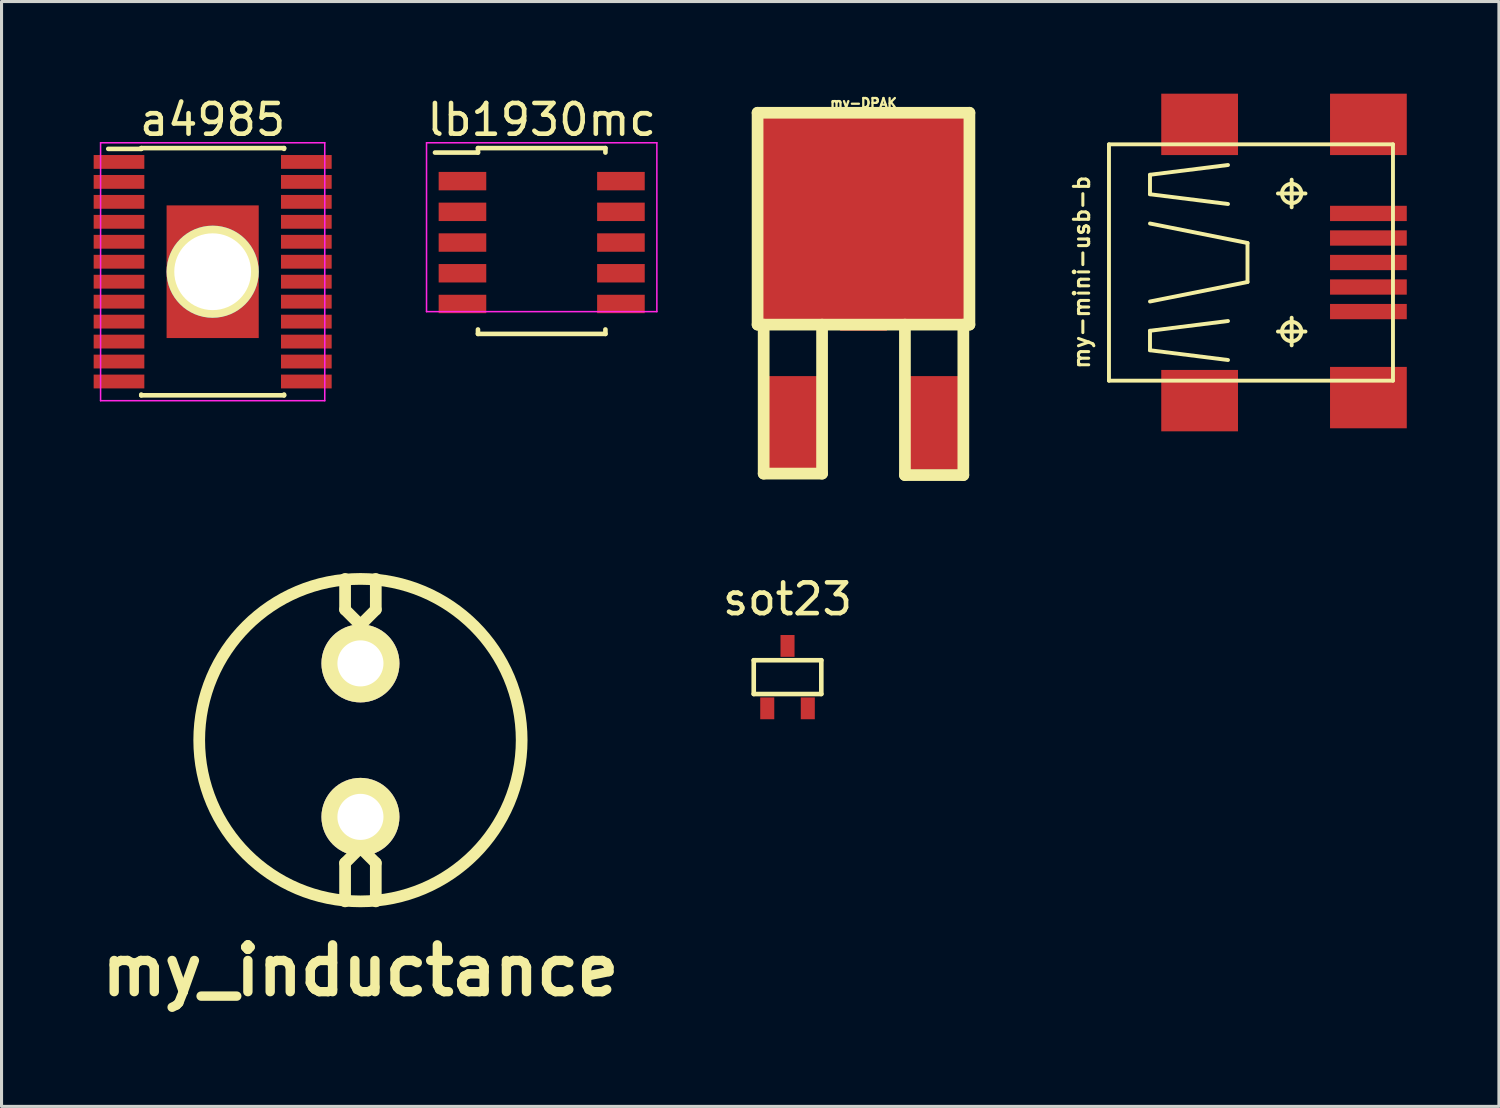
<source format=kicad_pcb>
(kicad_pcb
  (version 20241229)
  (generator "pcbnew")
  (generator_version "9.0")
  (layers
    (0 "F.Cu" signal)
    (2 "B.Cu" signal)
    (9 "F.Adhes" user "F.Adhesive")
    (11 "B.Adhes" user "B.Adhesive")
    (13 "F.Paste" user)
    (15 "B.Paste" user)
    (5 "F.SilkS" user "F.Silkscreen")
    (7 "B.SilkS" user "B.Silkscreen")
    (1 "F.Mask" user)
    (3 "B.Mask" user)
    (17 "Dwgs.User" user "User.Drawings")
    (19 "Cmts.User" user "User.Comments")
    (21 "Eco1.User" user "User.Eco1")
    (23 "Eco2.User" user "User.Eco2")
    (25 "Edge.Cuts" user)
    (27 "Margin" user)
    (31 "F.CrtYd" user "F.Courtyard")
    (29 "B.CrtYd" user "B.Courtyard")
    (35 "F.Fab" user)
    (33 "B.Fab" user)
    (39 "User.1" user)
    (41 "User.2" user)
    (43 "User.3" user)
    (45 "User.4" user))
  (footprint "sot23"
    (layer "F.Cu")
    (at 22.594 18.999)
    (property "Reference" "sot23" (at 0 -2.54 0) (layer "F.SilkS") (effects (font (size 1 1) (thickness 0.15))))
    (attr smd)
    (fp_line (start -1.1 -0.55) (end -1.1 0.55) (stroke (width 0.15) (type solid)) (layer "F.SilkS"))
    (fp_line (start -1.1 0.55) (end 1.1 0.55) (stroke (width 0.15) (type solid)) (layer "F.SilkS"))
    (fp_line (start -1.05 -0.55) (end -1.1 -0.55) (stroke (width 0.15) (type solid)) (layer "F.SilkS"))
    (fp_line (start 1.1 -0.55) (end -1.05 -0.55) (stroke (width 0.15) (type solid)) (layer "F.SilkS"))
    (fp_line (start 1.1 0.55) (end 1.1 -0.55) (stroke (width 0.15) (type solid)) (layer "F.SilkS"))
    (pad "1" smd rect (at -0.66 1.016) (size 0.457 0.711) (layers "F.Cu" "F.Mask" "F.Paste"))
    (pad "2" smd rect (at 0 -1.016) (size 0.457 0.711) (layers "F.Cu" "F.Mask" "F.Paste"))
    (pad "3" smd rect (at 0.66 1.016) (size 0.457 0.711) (layers "F.Cu" "F.Mask" "F.Paste")))
  (footprint "my_inductance"
    (layer "F.Cu")
    (at 8.687 21.051)
    (property "Reference" "my_inductance" (at 0 7.501 0) (layer "F.SilkS") (effects (font (size 1.524 1.524) (thickness 0.305))))
    (attr through_hole)
    (fp_line (start -0.5 -5.25) (end -0.5 -4.249) (stroke (width 0.381) (type solid)) (layer "F.SilkS"))
    (fp_line (start -0.5 -4.249) (end 0 -3.749) (stroke (width 0.381) (type solid)) (layer "F.SilkS"))
    (fp_line (start -0.5 4) (end -0.5 5.25) (stroke (width 0.381) (type solid)) (layer "F.SilkS"))
    (fp_line (start -0.5 4) (end 0 3.5) (stroke (width 0.381) (type solid)) (layer "F.SilkS"))
    (fp_line (start 0 -3.749) (end 0.5 -4.249) (stroke (width 0.381) (type solid)) (layer "F.SilkS"))
    (fp_line (start 0 3.5) (end 0.5 4) (stroke (width 0.381) (type solid)) (layer "F.SilkS"))
    (fp_line (start 0.5 -4.249) (end 0.5 -5.25) (stroke (width 0.381) (type solid)) (layer "F.SilkS"))
    (fp_line (start 0.5 4) (end 0.5 5.25) (stroke (width 0.381) (type solid)) (layer "F.SilkS"))
    (fp_circle (center 0 0) (end 5.25 0) (stroke (width 0.381) (type solid)) (fill no) (layer "F.SilkS"))
    (pad "1" thru_hole circle (at 0 -2.499) (size 2.54 2.54) (drill 1.5) (layers "*.Cu" "*.Mask" "F.SilkS"))
    (pad "2" thru_hole circle (at 0 2.499) (size 2.54 2.54) (drill 1.5) (layers "*.Cu" "*.Mask" "F.SilkS")))
  (footprint "a4985"
    (layer "F.Cu")
    (at 3.875 5.798)
    (property "Reference" "a4985" (at 0 -4.95 0) (layer "F.SilkS") (effects (font (size 1 1) (thickness 0.15))))
    (attr smd)
    (fp_line (start -2.325 -4.025) (end -2.325 -4) (stroke (width 0.15) (type solid)) (layer "F.SilkS"))
    (fp_line (start -2.325 -4.025) (end 2.325 -4.025) (stroke (width 0.15) (type solid)) (layer "F.SilkS"))
    (fp_line (start -2.325 -4) (end -3.4 -4) (stroke (width 0.15) (type solid)) (layer "F.SilkS"))
    (fp_line (start -2.325 4.025) (end -2.325 4) (stroke (width 0.15) (type solid)) (layer "F.SilkS"))
    (fp_line (start -2.325 4.025) (end 2.325 4.025) (stroke (width 0.15) (type solid)) (layer "F.SilkS"))
    (fp_line (start 2.325 -4.025) (end 2.325 -4) (stroke (width 0.15) (type solid)) (layer "F.SilkS"))
    (fp_line (start 2.325 4.025) (end 2.325 4) (stroke (width 0.15) (type solid)) (layer "F.SilkS"))
    (fp_line (start -3.65 -4.2) (end -3.65 4.2) (stroke (width 0.05) (type solid)) (layer "F.CrtYd"))
    (fp_line (start -3.65 -4.2) (end 3.65 -4.2) (stroke (width 0.05) (type solid)) (layer "F.CrtYd"))
    (fp_line (start -3.65 4.2) (end 3.65 4.2) (stroke (width 0.05) (type solid)) (layer "F.CrtYd"))
    (fp_line (start 3.65 -4.2) (end 3.65 4.2) (stroke (width 0.05) (type solid)) (layer "F.CrtYd"))
    (pad "1" smd rect (at -3.05 -3.575) (size 1.65 0.45) (layers "F.Cu" "F.Mask" "F.Paste"))
    (pad "2" smd rect (at -3.05 -2.925) (size 1.65 0.45) (layers "F.Cu" "F.Mask" "F.Paste"))
    (pad "3" smd rect (at -3.05 -2.275) (size 1.65 0.45) (layers "F.Cu" "F.Mask" "F.Paste"))
    (pad "4" smd rect (at -3.05 -1.625) (size 1.65 0.45) (layers "F.Cu" "F.Mask" "F.Paste"))
    (pad "5" smd rect (at -3.05 -0.975) (size 1.65 0.45) (layers "F.Cu" "F.Mask" "F.Paste"))
    (pad "6" smd rect (at -3.05 -0.325) (size 1.65 0.45) (layers "F.Cu" "F.Mask" "F.Paste"))
    (pad "7" smd rect (at -3.05 0.325) (size 1.65 0.45) (layers "F.Cu" "F.Mask" "F.Paste"))
    (pad "8" smd rect (at -3.05 0.975) (size 1.65 0.45) (layers "F.Cu" "F.Mask" "F.Paste"))
    (pad "9" smd rect (at -3.05 1.625) (size 1.65 0.45) (layers "F.Cu" "F.Mask" "F.Paste"))
    (pad "10" smd rect (at -3.05 2.275) (size 1.65 0.45) (layers "F.Cu" "F.Mask" "F.Paste"))
    (pad "11" smd rect (at -3.05 2.925) (size 1.65 0.45) (layers "F.Cu" "F.Mask" "F.Paste"))
    (pad "12" smd rect (at -3.05 3.575) (size 1.65 0.45) (layers "F.Cu" "F.Mask" "F.Paste"))
    (pad "13" smd rect (at 3.05 3.575) (size 1.65 0.45) (layers "F.Cu" "F.Mask" "F.Paste"))
    (pad "14" smd rect (at 3.05 2.925) (size 1.65 0.45) (layers "F.Cu" "F.Mask" "F.Paste"))
    (pad "15" smd rect (at 3.05 2.275) (size 1.65 0.45) (layers "F.Cu" "F.Mask" "F.Paste"))
    (pad "16" smd rect (at 3.05 1.625) (size 1.65 0.45) (layers "F.Cu" "F.Mask" "F.Paste"))
    (pad "17" smd rect (at 3.05 0.975) (size 1.65 0.45) (layers "F.Cu" "F.Mask" "F.Paste"))
    (pad "18" smd rect (at 3.05 0.325) (size 1.65 0.45) (layers "F.Cu" "F.Mask" "F.Paste"))
    (pad "19" smd rect (at 3.05 -0.325) (size 1.65 0.45) (layers "F.Cu" "F.Mask" "F.Paste"))
    (pad "20" smd rect (at 3.05 -0.975) (size 1.65 0.45) (layers "F.Cu" "F.Mask" "F.Paste"))
    (pad "21" smd rect (at 3.05 -1.625) (size 1.65 0.45) (layers "F.Cu" "F.Mask" "F.Paste"))
    (pad "22" smd rect (at 3.05 -2.275) (size 1.65 0.45) (layers "F.Cu" "F.Mask" "F.Paste"))
    (pad "23" smd rect (at 3.05 -2.925) (size 1.65 0.45) (layers "F.Cu" "F.Mask" "F.Paste"))
    (pad "24" smd rect (at 3.05 -3.575) (size 1.65 0.45) (layers "F.Cu" "F.Mask" "F.Paste"))
    (pad "pad" thru_hole circle (at 0 0) (size 3 3) (drill 2.5) (layers "*.Cu" "*.Mask" "F.SilkS"))
    (pad "pad" smd rect (at 0 0) (size 3 4.32) (layers "F.Cu" "F.Mask" "F.Paste")))
  (footprint "my-DPAK"
    (layer "F.Cu")
    (at 25.068 10.721)
    (property "Reference" "my-DPAK" (at 0 -10.414 0) (layer "F.SilkS") (effects (font (size 0.3 0.3) (thickness 0.075))))
    (attr smd)
    (fp_line (start -3.449 -10.099) (end 3.449 -10.099) (stroke (width 0.381) (type solid)) (layer "F.SilkS"))
    (fp_line (start -3.449 -3.2) (end -3.449 -10.099) (stroke (width 0.381) (type solid)) (layer "F.SilkS"))
    (fp_line (start -3.251 1.651) (end -3.251 -3.2) (stroke (width 0.381) (type solid)) (layer "F.SilkS"))
    (fp_line (start -3.251 1.651) (end -1.349 1.651) (stroke (width 0.381) (type solid)) (layer "F.SilkS"))
    (fp_line (start -1.349 1.651) (end -1.349 -3.2) (stroke (width 0.381) (type solid)) (layer "F.SilkS"))
    (fp_line (start 1.349 1.699) (end 1.349 -3.2) (stroke (width 0.381) (type solid)) (layer "F.SilkS"))
    (fp_line (start 1.349 1.699) (end 3.251 1.699) (stroke (width 0.381) (type solid)) (layer "F.SilkS"))
    (fp_line (start 3.251 1.699) (end 3.251 -3.2) (stroke (width 0.381) (type solid)) (layer "F.SilkS"))
    (fp_line (start 3.449 -10.099) (end 3.449 -3.2) (stroke (width 0.381) (type solid)) (layer "F.SilkS"))
    (fp_line (start 3.449 -3.2) (end -3.449 -3.2) (stroke (width 0.381) (type solid)) (layer "F.SilkS"))
    (pad "1" smd rect (at -2.301 0) (size 1.651 3.048) (layers "F.Cu" "F.Mask" "F.Paste"))
    (pad "2" smd rect (at 0 -4.5) (size 1.524 3) (layers "F.Cu" "F.Mask" "F.Paste"))
    (pad "3" smd rect (at 2.301 0) (size 1.651 3.048) (layers "F.Cu" "F.Mask" "F.Paste"))
    (pad "4" smd rect (at 0 -6.65) (size 6.701 6.701) (layers "F.Cu" "F.Mask" "F.Paste")))
  (footprint "lb1930mc"
    (layer "F.Cu")
    (at 14.589 4.348)
    (property "Reference" "lb1930mc" (at 0 -3.5 0) (layer "F.SilkS") (effects (font (size 1 1) (thickness 0.15))))
    (attr smd)
    (fp_line (start -2.075 -2.575) (end -2.075 -2.43) (stroke (width 0.15) (type solid)) (layer "F.SilkS"))
    (fp_line (start -2.075 -2.575) (end 2.075 -2.575) (stroke (width 0.15) (type solid)) (layer "F.SilkS"))
    (fp_line (start -2.075 -2.43) (end -3.475 -2.43) (stroke (width 0.15) (type solid)) (layer "F.SilkS"))
    (fp_line (start -2.075 3.475) (end -2.075 3.33) (stroke (width 0.15) (type solid)) (layer "F.SilkS"))
    (fp_line (start -2.075 3.475) (end 2.075 3.475) (stroke (width 0.15) (type solid)) (layer "F.SilkS"))
    (fp_line (start 2.075 -2.575) (end 2.075 -2.43) (stroke (width 0.15) (type solid)) (layer "F.SilkS"))
    (fp_line (start 2.075 3.475) (end 2.075 3.33) (stroke (width 0.15) (type solid)) (layer "F.SilkS"))
    (fp_line (start -3.75 -2.75) (end -3.75 2.75) (stroke (width 0.05) (type solid)) (layer "F.CrtYd"))
    (fp_line (start -3.75 -2.75) (end 3.75 -2.75) (stroke (width 0.05) (type solid)) (layer "F.CrtYd"))
    (fp_line (start -3.75 2.75) (end 3.75 2.75) (stroke (width 0.05) (type solid)) (layer "F.CrtYd"))
    (fp_line (start 3.75 -2.75) (end 3.75 2.75) (stroke (width 0.05) (type solid)) (layer "F.CrtYd"))
    (pad "1" smd rect (at -2.58 -1.5) (size 1.55 0.6) (layers "F.Cu" "F.Mask" "F.Paste"))
    (pad "2" smd rect (at -2.58 -0.5) (size 1.55 0.6) (layers "F.Cu" "F.Mask" "F.Paste"))
    (pad "3" smd rect (at -2.58 0.5) (size 1.55 0.6) (layers "F.Cu" "F.Mask" "F.Paste"))
    (pad "4" smd rect (at -2.58 1.5) (size 1.55 0.6) (layers "F.Cu" "F.Mask" "F.Paste"))
    (pad "5" smd rect (at -2.58 2.5) (size 1.55 0.6) (layers "F.Cu" "F.Mask" "F.Paste"))
    (pad "6" smd rect (at 2.58 2.5) (size 1.55 0.6) (layers "F.Cu" "F.Mask" "F.Paste"))
    (pad "7" smd rect (at 2.58 1.5) (size 1.55 0.6) (layers "F.Cu" "F.Mask" "F.Paste"))
    (pad "8" smd rect (at 2.58 0.5) (size 1.55 0.6) (layers "F.Cu" "F.Mask" "F.Paste"))
    (pad "9" smd rect (at 2.58 -0.5) (size 1.55 0.6) (layers "F.Cu" "F.Mask" "F.Paste"))
    (pad "10" smd rect (at 2.58 -1.5) (size 1.55 0.6) (layers "F.Cu" "F.Mask" "F.Paste")))
  (footprint "my-mini-usb-b"
    (layer "F.Cu")
    (at 38.761 5.498)
    (property "Reference" "my-mini-usb-b" (at -6.586 0.318 90) (layer "F.SilkS") (effects (font (size 0.5 0.5) (thickness 0.099))))
    (attr smd)
    (fp_line (start -5.7 -3.848) (end -5.7 3.848) (stroke (width 0.127) (type solid)) (layer "F.SilkS"))
    (fp_line (start -5.7 -3.848) (end 3.548 -3.848) (stroke (width 0.127) (type solid)) (layer "F.SilkS"))
    (fp_line (start -4.364 -2.857) (end -4.364 -2.223) (stroke (width 0.127) (type solid)) (layer "F.SilkS"))
    (fp_line (start -4.364 -2.223) (end -1.824 -1.905) (stroke (width 0.127) (type solid)) (layer "F.SilkS"))
    (fp_line (start -4.364 -1.27) (end -1.189 -0.635) (stroke (width 0.127) (type solid)) (layer "F.SilkS"))
    (fp_line (start -4.364 2.223) (end -1.824 1.905) (stroke (width 0.127) (type solid)) (layer "F.SilkS"))
    (fp_line (start -4.364 2.857) (end -4.364 2.223) (stroke (width 0.127) (type solid)) (layer "F.SilkS"))
    (fp_line (start -1.824 -3.175) (end -4.364 -2.857) (stroke (width 0.127) (type solid)) (layer "F.SilkS"))
    (fp_line (start -1.824 3.175) (end -4.364 2.857) (stroke (width 0.127) (type solid)) (layer "F.SilkS"))
    (fp_line (start -1.189 -0.635) (end -1.189 0.635) (stroke (width 0.127) (type solid)) (layer "F.SilkS"))
    (fp_line (start -1.189 0.635) (end -4.364 1.27) (stroke (width 0.127) (type solid)) (layer "F.SilkS"))
    (fp_line (start -0.198 -2.248) (end 0.699 -2.248) (stroke (width 0.127) (type solid)) (layer "F.SilkS"))
    (fp_line (start -0.198 2.248) (end 0.699 2.248) (stroke (width 0.127) (type solid)) (layer "F.SilkS"))
    (fp_line (start 0.249 -1.798) (end 0.249 -2.697) (stroke (width 0.127) (type solid)) (layer "F.SilkS"))
    (fp_line (start 0.249 2.697) (end 0.249 1.798) (stroke (width 0.127) (type solid)) (layer "F.SilkS"))
    (fp_line (start 3.548 -3.848) (end 3.548 3.848) (stroke (width 0.127) (type solid)) (layer "F.SilkS"))
    (fp_line (start 3.548 3.848) (end -5.7 3.848) (stroke (width 0.127) (type solid)) (layer "F.SilkS"))
    (fp_circle (center 0.249 -2.248) (end 0.472 -2.471) (stroke (width 0.127) (type solid)) (fill no) (layer "F.SilkS"))
    (fp_circle (center 0.249 2.248) (end 0.472 2.471) (stroke (width 0.127) (type solid)) (fill no) (layer "F.SilkS"))
    (pad "0" smd rect (at -2.748 -4.498) (size 2.499 1.999) (layers "F.Cu" "F.Mask" "F.Paste"))
    (pad "0" smd rect (at -2.748 4.498) (size 2.499 1.999) (layers "F.Cu" "F.Mask" "F.Paste"))
    (pad "0" smd rect (at 2.748 -4.498) (size 2.499 1.999) (layers "F.Cu" "F.Mask" "F.Paste"))
    (pad "0" smd rect (at 2.748 4.399) (size 2.499 1.999) (layers "F.Cu" "F.Mask" "F.Paste"))
    (pad "1" smd rect (at 2.748 -1.598) (size 2.499 0.498) (layers "F.Cu" "F.Mask" "F.Paste"))
    (pad "2" smd rect (at 2.748 -0.798) (size 2.499 0.498) (layers "F.Cu" "F.Mask" "F.Paste"))
    (pad "3" smd rect (at 2.748 0) (size 2.499 0.498) (layers "F.Cu" "F.Mask" "F.Paste"))
    (pad "4" smd rect (at 2.748 0.798) (size 2.499 0.498) (layers "F.Cu" "F.Mask" "F.Paste"))
    (pad "5" smd rect (at 2.748 1.598) (size 2.499 0.498) (layers "F.Cu" "F.Mask" "F.Paste")))
  (gr_rect
    (start -3 -3)
    (end 45.759 32.978)
    (stroke (width 0.1) (type default))
    (fill no)
    (layer "Edge.Cuts")))
</source>
